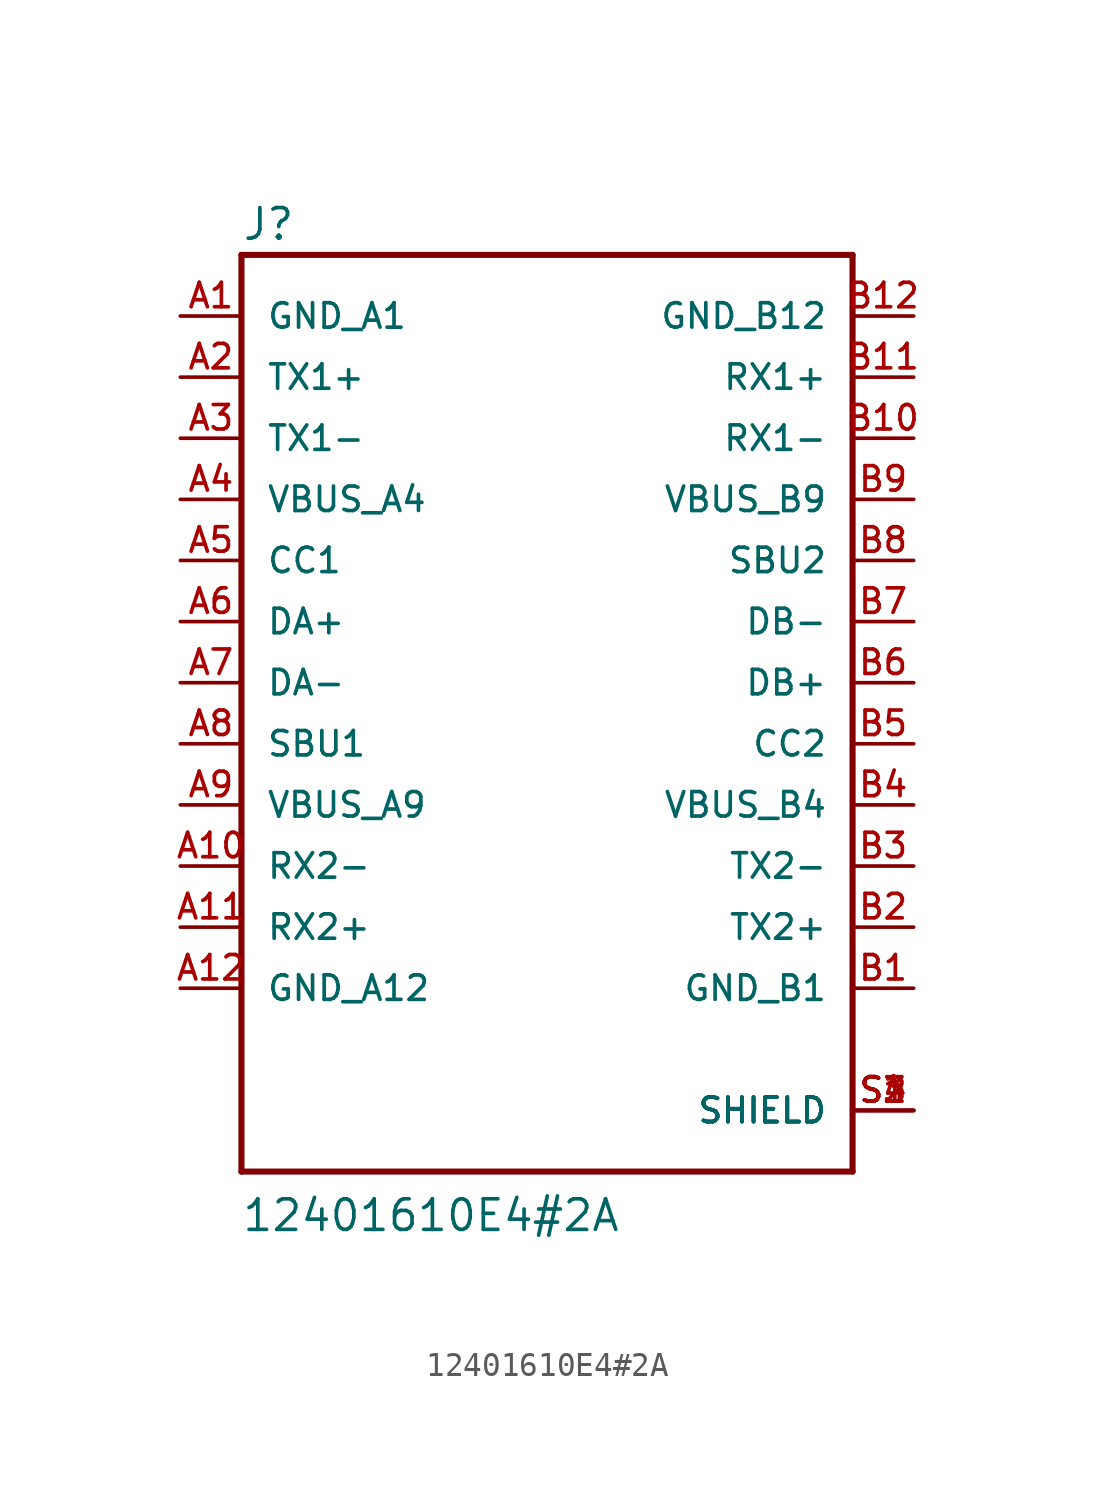
<source format=kicad_sym>
(kicad_symbol_lib
  (version 20220914)
  (generator kicad_symbol_editor)
  (symbol "12401610E4#2A"
    (pin_names
      (offset 1.016))
    (property "Reference" "J"
      (at -12.7 18.313 0)
      (effects (font (size 1.27 1.27)) (justify left bottom)))
    (property "Value" "12401610E4#2A"
      (at -12.725 -22.885 0)
      (effects (font (size 1.27 1.27)) (justify left bottom)))
    (property "ki_locked" ""
      (at 0 0 0)
      (effects (font (size 1.27 1.27))))
    (symbol "12401610E4#2A_0_0"
      (polyline (pts (xy -12.7 -20.32) (xy 12.7 -20.32)) (stroke (width 0.254) (type solid)) (fill (type none)))
      (polyline (pts (xy -12.7 17.78) (xy -12.7 -20.32)) (stroke (width 0.254) (type solid)) (fill (type none)))
      (polyline (pts (xy 12.7 -20.32) (xy 12.7 17.78)) (stroke (width 0.254) (type solid)) (fill (type none)))
      (polyline (pts (xy 12.7 17.78) (xy -12.7 17.78)) (stroke (width 0.254) (type solid)) (fill (type none)))
      (pin passive line (at -15.24 15.24 0) (length 2.54) (name "GND_A1" (effects (font (size 1.016 1.016)))) (number "A1" (effects (font (size 1.016 1.016)))))
      (pin passive line (at -15.24 -7.62 0) (length 2.54) (name "RX2-" (effects (font (size 1.016 1.016)))) (number "A10" (effects (font (size 1.016 1.016)))))
      (pin passive line (at -15.24 -10.16 0) (length 2.54) (name "RX2+" (effects (font (size 1.016 1.016)))) (number "A11" (effects (font (size 1.016 1.016)))))
      (pin passive line (at -15.24 -12.7 0) (length 2.54) (name "GND_A12" (effects (font (size 1.016 1.016)))) (number "A12" (effects (font (size 1.016 1.016)))))
      (pin passive line (at -15.24 12.7 0) (length 2.54) (name "TX1+" (effects (font (size 1.016 1.016)))) (number "A2" (effects (font (size 1.016 1.016)))))
      (pin passive line (at -15.24 10.16 0) (length 2.54) (name "TX1-" (effects (font (size 1.016 1.016)))) (number "A3" (effects (font (size 1.016 1.016)))))
      (pin passive line (at -15.24 7.62 0) (length 2.54) (name "VBUS_A4" (effects (font (size 1.016 1.016)))) (number "A4" (effects (font (size 1.016 1.016)))))
      (pin passive line (at -15.24 5.08 0) (length 2.54) (name "CC1" (effects (font (size 1.016 1.016)))) (number "A5" (effects (font (size 1.016 1.016)))))
      (pin passive line (at -15.24 2.54 0) (length 2.54) (name "DA+" (effects (font (size 1.016 1.016)))) (number "A6" (effects (font (size 1.016 1.016)))))
      (pin passive line (at -15.24 0 0) (length 2.54) (name "DA-" (effects (font (size 1.016 1.016)))) (number "A7" (effects (font (size 1.016 1.016)))))
      (pin passive line (at -15.24 -2.54 0) (length 2.54) (name "SBU1" (effects (font (size 1.016 1.016)))) (number "A8" (effects (font (size 1.016 1.016)))))
      (pin passive line (at -15.24 -5.08 0) (length 2.54) (name "VBUS_A9" (effects (font (size 1.016 1.016)))) (number "A9" (effects (font (size 1.016 1.016)))))
      (pin passive line (at 15.24 -12.7 180) (length 2.54) (name "GND_B1" (effects (font (size 1.016 1.016)))) (number "B1" (effects (font (size 1.016 1.016)))))
      (pin passive line (at 15.24 10.16 180) (length 2.54) (name "RX1-" (effects (font (size 1.016 1.016)))) (number "B10" (effects (font (size 1.016 1.016)))))
      (pin passive line (at 15.24 12.7 180) (length 2.54) (name "RX1+" (effects (font (size 1.016 1.016)))) (number "B11" (effects (font (size 1.016 1.016)))))
      (pin passive line (at 15.24 15.24 180) (length 2.54) (name "GND_B12" (effects (font (size 1.016 1.016)))) (number "B12" (effects (font (size 1.016 1.016)))))
      (pin passive line (at 15.24 -10.16 180) (length 2.54) (name "TX2+" (effects (font (size 1.016 1.016)))) (number "B2" (effects (font (size 1.016 1.016)))))
      (pin passive line (at 15.24 -7.62 180) (length 2.54) (name "TX2-" (effects (font (size 1.016 1.016)))) (number "B3" (effects (font (size 1.016 1.016)))))
      (pin passive line (at 15.24 -5.08 180) (length 2.54) (name "VBUS_B4" (effects (font (size 1.016 1.016)))) (number "B4" (effects (font (size 1.016 1.016)))))
      (pin passive line (at 15.24 -2.54 180) (length 2.54) (name "CC2" (effects (font (size 1.016 1.016)))) (number "B5" (effects (font (size 1.016 1.016)))))
      (pin passive line (at 15.24 0 180) (length 2.54) (name "DB+" (effects (font (size 1.016 1.016)))) (number "B6" (effects (font (size 1.016 1.016)))))
      (pin passive line (at 15.24 2.54 180) (length 2.54) (name "DB-" (effects (font (size 1.016 1.016)))) (number "B7" (effects (font (size 1.016 1.016)))))
      (pin passive line (at 15.24 5.08 180) (length 2.54) (name "SBU2" (effects (font (size 1.016 1.016)))) (number "B8" (effects (font (size 1.016 1.016)))))
      (pin passive line (at 15.24 7.62 180) (length 2.54) (name "VBUS_B9" (effects (font (size 1.016 1.016)))) (number "B9" (effects (font (size 1.016 1.016)))))
      (pin passive line (at 15.24 -17.78 180) (length 2.54) (name "SHIELD" (effects (font (size 1.016 1.016)))) (number "S1" (effects (font (size 1.016 1.016)))))
      (pin passive line (at 15.24 -17.78 180) (length 2.54) (name "SHIELD" (effects (font (size 1.016 1.016)))) (number "S2" (effects (font (size 1.016 1.016)))))
      (pin passive line (at 15.24 -17.78 180) (length 2.54) (name "SHIELD" (effects (font (size 1.016 1.016)))) (number "S3" (effects (font (size 1.016 1.016)))))
      (pin passive line (at 15.24 -17.78 180) (length 2.54) (name "SHIELD" (effects (font (size 1.016 1.016)))) (number "S4" (effects (font (size 1.016 1.016))))))))
</source>
